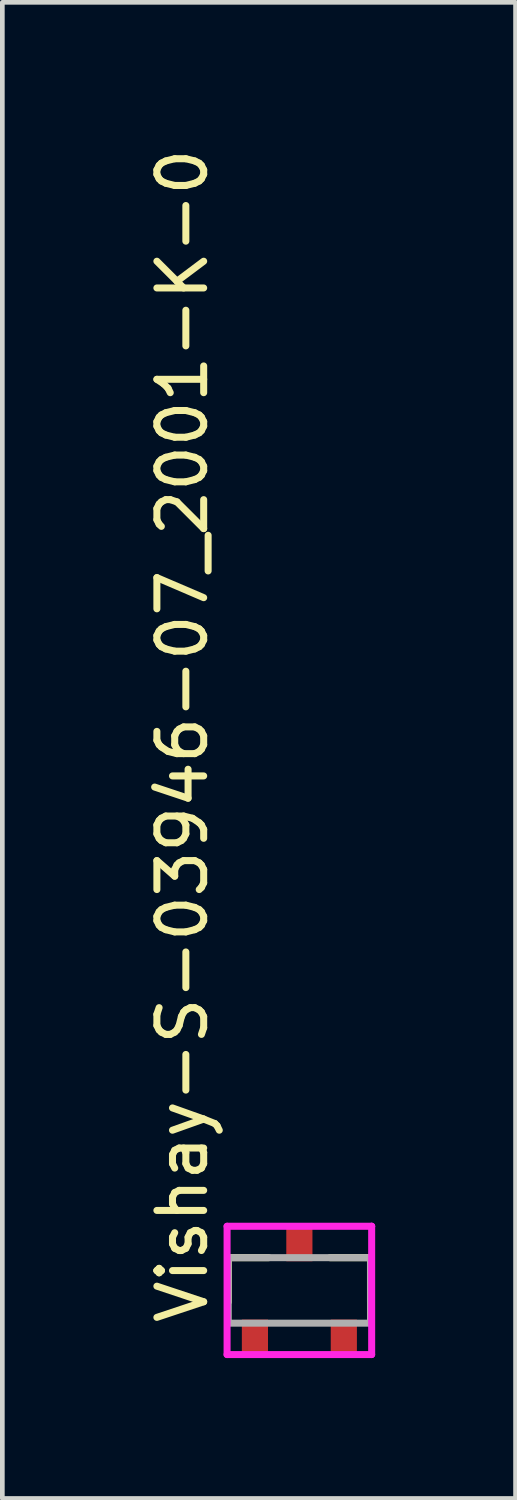
<source format=kicad_pcb>
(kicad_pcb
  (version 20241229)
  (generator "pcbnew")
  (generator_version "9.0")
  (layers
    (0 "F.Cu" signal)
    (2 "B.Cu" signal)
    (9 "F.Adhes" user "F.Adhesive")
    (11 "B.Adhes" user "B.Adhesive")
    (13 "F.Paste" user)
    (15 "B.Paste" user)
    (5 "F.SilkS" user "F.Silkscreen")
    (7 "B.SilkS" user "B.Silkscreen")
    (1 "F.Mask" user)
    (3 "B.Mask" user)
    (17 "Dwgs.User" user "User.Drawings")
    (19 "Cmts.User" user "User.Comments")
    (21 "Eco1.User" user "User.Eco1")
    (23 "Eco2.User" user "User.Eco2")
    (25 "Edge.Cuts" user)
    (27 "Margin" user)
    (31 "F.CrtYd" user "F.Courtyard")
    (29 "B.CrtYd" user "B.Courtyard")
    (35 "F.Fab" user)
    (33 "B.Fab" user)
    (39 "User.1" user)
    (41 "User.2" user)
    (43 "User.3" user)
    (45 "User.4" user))
  (footprint "Vishay-S-03946-07_2001-K-0"
    (layer "F.Cu")
    (at 3.348 24.528)
    (property "Reference" "Vishay-S-03946-07_2001-K-0" (at -2.5 0.77 270) (layer "F.SilkS") (effects (font (size 1 1) (thickness 0.15)) (justify left)))
    (attr through_hole)
    (fp_line (start -1.52 -0.7) (end -0.654 -0.7) (stroke (width 0.15) (type solid)) (layer "F.SilkS"))
    (fp_line (start -1.52 0.247) (end -1.52 -0.7) (stroke (width 0.15) (type solid)) (layer "F.SilkS"))
    (fp_line (start 0.654 -0.7) (end 1.52 -0.7) (stroke (width 0.15) (type solid)) (layer "F.SilkS"))
    (fp_line (start 1.52 0.247) (end 1.52 -0.7) (stroke (width 0.15) (type solid)) (layer "F.SilkS"))
    (fp_line (start -1.545 -1.371) (end -1.545 1.371) (stroke (width 0.15) (type solid)) (layer "F.CrtYd"))
    (fp_line (start -1.545 1.371) (end 1.545 1.371) (stroke (width 0.15) (type solid)) (layer "F.CrtYd"))
    (fp_line (start 1.545 -1.371) (end -1.545 -1.371) (stroke (width 0.15) (type solid)) (layer "F.CrtYd"))
    (fp_line (start 1.545 -1.371) (end 1.545 -1.371) (stroke (width 0.15) (type solid)) (layer "F.CrtYd"))
    (fp_line (start 1.545 1.371) (end 1.545 -1.371) (stroke (width 0.15) (type solid)) (layer "F.CrtYd"))
    (fp_line (start -1.52 -0.7) (end 1.52 -0.7) (stroke (width 0.15) (type solid)) (layer "F.Fab"))
    (fp_line (start -1.52 0.7) (end -1.52 -0.7) (stroke (width 0.15) (type solid)) (layer "F.Fab"))
    (fp_line (start 1.52 -0.7) (end 1.52 0.7) (stroke (width 0.15) (type solid)) (layer "F.Fab"))
    (fp_line (start 1.52 0.7) (end -1.52 0.7) (stroke (width 0.15) (type solid)) (layer "F.Fab"))
    (pad "1" smd rect (at -0.95 0.985) (size 0.559 0.724) (layers "F.Cu" "F.Mask" "F.Paste"))
    (pad "2" smd rect (at 0.95 0.985) (size 0.559 0.724) (layers "F.Cu" "F.Mask" "F.Paste"))
    (pad "3" smd rect (at 0 -0.985) (size 0.559 0.724) (layers "F.Cu" "F.Mask" "F.Paste")))
  (gr_rect
    (start -3 -3)
    (end 7.968 28.974)
    (stroke (width 0.1) (type default))
    (fill no)
    (layer "Edge.Cuts")))
</source>
